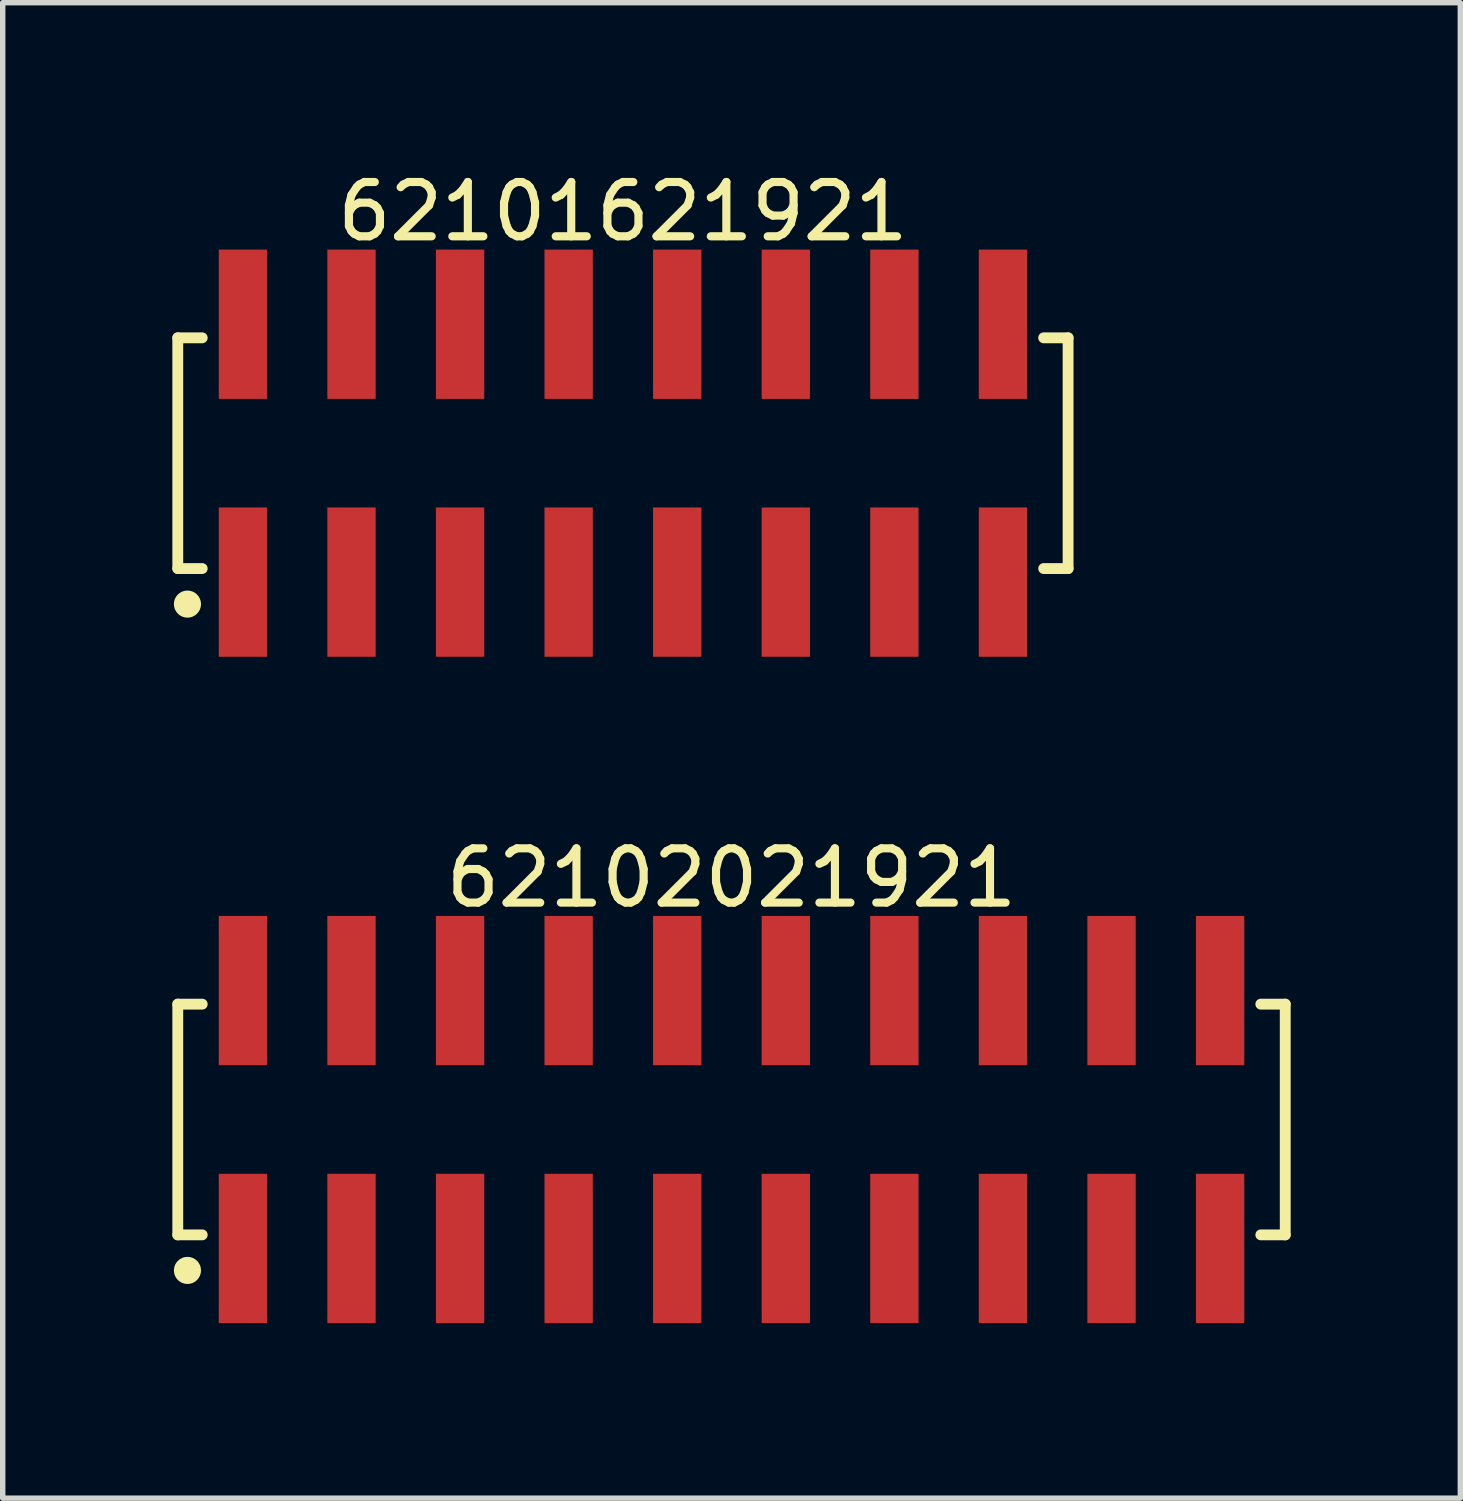
<source format=kicad_pcb>
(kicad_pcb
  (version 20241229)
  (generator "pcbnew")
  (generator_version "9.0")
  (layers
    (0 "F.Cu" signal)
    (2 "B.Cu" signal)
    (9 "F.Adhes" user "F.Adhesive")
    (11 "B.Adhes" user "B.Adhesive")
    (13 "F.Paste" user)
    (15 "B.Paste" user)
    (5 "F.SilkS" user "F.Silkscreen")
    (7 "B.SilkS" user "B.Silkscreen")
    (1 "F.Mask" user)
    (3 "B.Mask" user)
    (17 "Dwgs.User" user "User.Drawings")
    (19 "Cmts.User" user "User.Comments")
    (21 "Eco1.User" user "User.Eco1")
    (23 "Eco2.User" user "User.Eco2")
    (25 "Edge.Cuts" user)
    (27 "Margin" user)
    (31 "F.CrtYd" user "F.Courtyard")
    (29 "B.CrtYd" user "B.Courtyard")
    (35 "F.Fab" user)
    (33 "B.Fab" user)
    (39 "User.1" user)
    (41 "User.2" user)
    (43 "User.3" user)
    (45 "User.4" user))
  (footprint "62101621921"
    (layer "F.Cu")
    (at 8.425 5.298)
    (property "Reference" "62101621921" (at 0 -4.45 0) (layer "F.SilkS") (effects (font (size 1 1) (thickness 0.15))))
    (fp_line (start -8.2 -2.125) (end -7.75 -2.125) (stroke (width 0.2) (type solid)) (layer "F.SilkS"))
    (fp_line (start -8.2 2.125) (end -8.2 -2.125) (stroke (width 0.2) (type solid)) (layer "F.SilkS"))
    (fp_line (start -8.2 2.125) (end -7.75 2.125) (stroke (width 0.2) (type solid)) (layer "F.SilkS"))
    (fp_line (start 7.75 -2.125) (end 8.2 -2.125) (stroke (width 0.2) (type solid)) (layer "F.SilkS"))
    (fp_line (start 7.75 2.125) (end 8.2 2.125) (stroke (width 0.2) (type solid)) (layer "F.SilkS"))
    (fp_line (start 8.2 2.125) (end 8.2 -2.125) (stroke (width 0.2) (type solid)) (layer "F.SilkS"))
    (fp_circle (center -8.022 2.78) (end -8.022 2.655) (stroke (width 0.25) (type solid)) (fill no) (layer "F.SilkS"))
    (fp_line (start -8.4 -3.95) (end 8.4 -3.95) (stroke (width 0.05) (type solid)) (layer "Eco2.User"))
    (fp_line (start -8.4 3.95) (end -8.4 -3.95) (stroke (width 0.05) (type solid)) (layer "Eco2.User"))
    (fp_line (start -8.4 3.95) (end 8.4 3.95) (stroke (width 0.05) (type solid)) (layer "Eco2.User"))
    (fp_line (start -8 -2) (end 8 -2) (stroke (width 0.1) (type solid)) (layer "Eco2.User"))
    (fp_line (start -8 2) (end -8 -2) (stroke (width 0.1) (type solid)) (layer "Eco2.User"))
    (fp_line (start -8 2) (end 8 2) (stroke (width 0.1) (type solid)) (layer "Eco2.User"))
    (fp_line (start -7.25 -3.1) (end -6.75 -3.1) (stroke (width 0.1) (type solid)) (layer "Eco2.User"))
    (fp_line (start -7.25 -2) (end -7.25 -3.1) (stroke (width 0.1) (type solid)) (layer "Eco2.User"))
    (fp_line (start -7.25 3.1) (end -7.25 2) (stroke (width 0.1) (type solid)) (layer "Eco2.User"))
    (fp_line (start -7.25 3.1) (end -6.75 3.1) (stroke (width 0.1) (type solid)) (layer "Eco2.User"))
    (fp_line (start -6.75 -2) (end -6.75 -3.1) (stroke (width 0.1) (type solid)) (layer "Eco2.User"))
    (fp_line (start -6.75 3.1) (end -6.75 2) (stroke (width 0.1) (type solid)) (layer "Eco2.User"))
    (fp_line (start -5.25 -3.1) (end -4.75 -3.1) (stroke (width 0.1) (type solid)) (layer "Eco2.User"))
    (fp_line (start -5.25 -2) (end -5.25 -3.1) (stroke (width 0.1) (type solid)) (layer "Eco2.User"))
    (fp_line (start -5.25 3.1) (end -5.25 2) (stroke (width 0.1) (type solid)) (layer "Eco2.User"))
    (fp_line (start -5.25 3.1) (end -4.75 3.1) (stroke (width 0.1) (type solid)) (layer "Eco2.User"))
    (fp_line (start -4.75 -2) (end -4.75 -3.1) (stroke (width 0.1) (type solid)) (layer "Eco2.User"))
    (fp_line (start -4.75 3.1) (end -4.75 2) (stroke (width 0.1) (type solid)) (layer "Eco2.User"))
    (fp_line (start -3.25 -3.1) (end -2.75 -3.1) (stroke (width 0.1) (type solid)) (layer "Eco2.User"))
    (fp_line (start -3.25 -2) (end -3.25 -3.1) (stroke (width 0.1) (type solid)) (layer "Eco2.User"))
    (fp_line (start -3.25 3.1) (end -3.25 2) (stroke (width 0.1) (type solid)) (layer "Eco2.User"))
    (fp_line (start -3.25 3.1) (end -2.75 3.1) (stroke (width 0.1) (type solid)) (layer "Eco2.User"))
    (fp_line (start -2.75 -2) (end -2.75 -3.1) (stroke (width 0.1) (type solid)) (layer "Eco2.User"))
    (fp_line (start -2.75 3.1) (end -2.75 2) (stroke (width 0.1) (type solid)) (layer "Eco2.User"))
    (fp_line (start -1.25 -3.1) (end -0.75 -3.1) (stroke (width 0.1) (type solid)) (layer "Eco2.User"))
    (fp_line (start -1.25 -2) (end -1.25 -3.1) (stroke (width 0.1) (type solid)) (layer "Eco2.User"))
    (fp_line (start -1.25 3.1) (end -1.25 2) (stroke (width 0.1) (type solid)) (layer "Eco2.User"))
    (fp_line (start -1.25 3.1) (end -0.75 3.1) (stroke (width 0.1) (type solid)) (layer "Eco2.User"))
    (fp_line (start -0.75 -2) (end -0.75 -3.1) (stroke (width 0.1) (type solid)) (layer "Eco2.User"))
    (fp_line (start -0.75 3.1) (end -0.75 2) (stroke (width 0.1) (type solid)) (layer "Eco2.User"))
    (fp_line (start -0.5 0) (end 0.5 0) (stroke (width 0.05) (type solid)) (layer "Eco2.User"))
    (fp_line (start 0 0.5) (end 0 -0.5) (stroke (width 0.05) (type solid)) (layer "Eco2.User"))
    (fp_line (start 0.75 -3.1) (end 1.25 -3.1) (stroke (width 0.1) (type solid)) (layer "Eco2.User"))
    (fp_line (start 0.75 -2) (end 0.75 -3.1) (stroke (width 0.1) (type solid)) (layer "Eco2.User"))
    (fp_line (start 0.75 3.1) (end 0.75 2) (stroke (width 0.1) (type solid)) (layer "Eco2.User"))
    (fp_line (start 0.75 3.1) (end 1.25 3.1) (stroke (width 0.1) (type solid)) (layer "Eco2.User"))
    (fp_line (start 1.25 -2) (end 1.25 -3.1) (stroke (width 0.1) (type solid)) (layer "Eco2.User"))
    (fp_line (start 1.25 3.1) (end 1.25 2) (stroke (width 0.1) (type solid)) (layer "Eco2.User"))
    (fp_line (start 2.75 -3.1) (end 3.25 -3.1) (stroke (width 0.1) (type solid)) (layer "Eco2.User"))
    (fp_line (start 2.75 -2) (end 2.75 -3.1) (stroke (width 0.1) (type solid)) (layer "Eco2.User"))
    (fp_line (start 2.75 3.1) (end 2.75 2) (stroke (width 0.1) (type solid)) (layer "Eco2.User"))
    (fp_line (start 2.75 3.1) (end 3.25 3.1) (stroke (width 0.1) (type solid)) (layer "Eco2.User"))
    (fp_line (start 3.25 -2) (end 3.25 -3.1) (stroke (width 0.1) (type solid)) (layer "Eco2.User"))
    (fp_line (start 3.25 3.1) (end 3.25 2) (stroke (width 0.1) (type solid)) (layer "Eco2.User"))
    (fp_line (start 4.75 -3.1) (end 5.25 -3.1) (stroke (width 0.1) (type solid)) (layer "Eco2.User"))
    (fp_line (start 4.75 -2) (end 4.75 -3.1) (stroke (width 0.1) (type solid)) (layer "Eco2.User"))
    (fp_line (start 4.75 3.1) (end 4.75 2) (stroke (width 0.1) (type solid)) (layer "Eco2.User"))
    (fp_line (start 4.75 3.1) (end 5.25 3.1) (stroke (width 0.1) (type solid)) (layer "Eco2.User"))
    (fp_line (start 5.25 -2) (end 5.25 -3.1) (stroke (width 0.1) (type solid)) (layer "Eco2.User"))
    (fp_line (start 5.25 3.1) (end 5.25 2) (stroke (width 0.1) (type solid)) (layer "Eco2.User"))
    (fp_line (start 6.75 -3.1) (end 7.25 -3.1) (stroke (width 0.1) (type solid)) (layer "Eco2.User"))
    (fp_line (start 6.75 -2) (end 6.75 -3.1) (stroke (width 0.1) (type solid)) (layer "Eco2.User"))
    (fp_line (start 6.75 3.1) (end 6.75 2) (stroke (width 0.1) (type solid)) (layer "Eco2.User"))
    (fp_line (start 6.75 3.1) (end 7.25 3.1) (stroke (width 0.1) (type solid)) (layer "Eco2.User"))
    (fp_line (start 7.25 -2) (end 7.25 -3.1) (stroke (width 0.1) (type solid)) (layer "Eco2.User"))
    (fp_line (start 7.25 3.1) (end 7.25 2) (stroke (width 0.1) (type solid)) (layer "Eco2.User"))
    (fp_line (start 8 2) (end 8 -2) (stroke (width 0.1) (type solid)) (layer "Eco2.User"))
    (fp_line (start 8.4 3.95) (end 8.4 -3.95) (stroke (width 0.05) (type solid)) (layer "Eco2.User"))
    (fp_text user "${REFERENCE}" (at 0.15 -0.197 0) (unlocked yes) (layer "User.3") (effects (font (size 1.5 1.5) (thickness 0.15))))
    (pad "1" smd rect (at -7 2.375) (size 0.89 2.75) (layers "F.Cu" "F.Mask" "F.Paste"))
    (pad "2" smd rect (at -7 -2.375) (size 0.89 2.75) (layers "F.Cu" "F.Mask" "F.Paste"))
    (pad "3" smd rect (at -5 2.375) (size 0.89 2.75) (layers "F.Cu" "F.Mask" "F.Paste"))
    (pad "4" smd rect (at -5 -2.375) (size 0.89 2.75) (layers "F.Cu" "F.Mask" "F.Paste"))
    (pad "5" smd rect (at -3 2.375) (size 0.89 2.75) (layers "F.Cu" "F.Mask" "F.Paste"))
    (pad "6" smd rect (at -3 -2.375) (size 0.89 2.75) (layers "F.Cu" "F.Mask" "F.Paste"))
    (pad "7" smd rect (at -1 2.375) (size 0.89 2.75) (layers "F.Cu" "F.Mask" "F.Paste"))
    (pad "8" smd rect (at -1 -2.375) (size 0.89 2.75) (layers "F.Cu" "F.Mask" "F.Paste"))
    (pad "9" smd rect (at 1 2.375) (size 0.89 2.75) (layers "F.Cu" "F.Mask" "F.Paste"))
    (pad "10" smd rect (at 1 -2.375) (size 0.89 2.75) (layers "F.Cu" "F.Mask" "F.Paste"))
    (pad "11" smd rect (at 3 2.375) (size 0.89 2.75) (layers "F.Cu" "F.Mask" "F.Paste"))
    (pad "12" smd rect (at 3 -2.375) (size 0.89 2.75) (layers "F.Cu" "F.Mask" "F.Paste"))
    (pad "13" smd rect (at 5 2.375) (size 0.89 2.75) (layers "F.Cu" "F.Mask" "F.Paste"))
    (pad "14" smd rect (at 5 -2.375) (size 0.89 2.75) (layers "F.Cu" "F.Mask" "F.Paste"))
    (pad "15" smd rect (at 7 2.375) (size 0.89 2.75) (layers "F.Cu" "F.Mask" "F.Paste"))
    (pad "16" smd rect (at 7 -2.375) (size 0.89 2.75) (layers "F.Cu" "F.Mask" "F.Paste")))
  (footprint "62102021921"
    (layer "F.Cu")
    (at 10.425 17.572)
    (property "Reference" "62102021921" (at 0 -4.45 0) (layer "F.SilkS") (effects (font (size 1 1) (thickness 0.15))))
    (fp_line (start -10.2 -2.125) (end -9.75 -2.125) (stroke (width 0.2) (type solid)) (layer "F.SilkS"))
    (fp_line (start -10.2 2.125) (end -10.2 -2.125) (stroke (width 0.2) (type solid)) (layer "F.SilkS"))
    (fp_line (start -10.2 2.125) (end -9.75 2.125) (stroke (width 0.2) (type solid)) (layer "F.SilkS"))
    (fp_line (start 9.75 -2.125) (end 10.2 -2.125) (stroke (width 0.2) (type solid)) (layer "F.SilkS"))
    (fp_line (start 9.75 2.125) (end 10.2 2.125) (stroke (width 0.2) (type solid)) (layer "F.SilkS"))
    (fp_line (start 10.2 2.125) (end 10.2 -2.125) (stroke (width 0.2) (type solid)) (layer "F.SilkS"))
    (fp_circle (center -10.022 2.78) (end -10.022 2.655) (stroke (width 0.25) (type solid)) (fill no) (layer "F.SilkS"))
    (fp_line (start -10.4 -3.95) (end 10.4 -3.95) (stroke (width 0.05) (type solid)) (layer "Eco2.User"))
    (fp_line (start -10.4 3.95) (end -10.4 -3.95) (stroke (width 0.05) (type solid)) (layer "Eco2.User"))
    (fp_line (start -10.4 3.95) (end 10.4 3.95) (stroke (width 0.05) (type solid)) (layer "Eco2.User"))
    (fp_line (start -10 -2) (end 10 -2) (stroke (width 0.1) (type solid)) (layer "Eco2.User"))
    (fp_line (start -10 2) (end -10 -2) (stroke (width 0.1) (type solid)) (layer "Eco2.User"))
    (fp_line (start -10 2) (end 10 2) (stroke (width 0.1) (type solid)) (layer "Eco2.User"))
    (fp_line (start -9.25 -3.1) (end -8.75 -3.1) (stroke (width 0.1) (type solid)) (layer "Eco2.User"))
    (fp_line (start -9.25 -2) (end -9.25 -3.1) (stroke (width 0.1) (type solid)) (layer "Eco2.User"))
    (fp_line (start -9.25 3.1) (end -9.25 2) (stroke (width 0.1) (type solid)) (layer "Eco2.User"))
    (fp_line (start -9.25 3.1) (end -8.75 3.1) (stroke (width 0.1) (type solid)) (layer "Eco2.User"))
    (fp_line (start -8.75 -2) (end -8.75 -3.1) (stroke (width 0.1) (type solid)) (layer "Eco2.User"))
    (fp_line (start -8.75 3.1) (end -8.75 2) (stroke (width 0.1) (type solid)) (layer "Eco2.User"))
    (fp_line (start -7.25 -3.1) (end -6.75 -3.1) (stroke (width 0.1) (type solid)) (layer "Eco2.User"))
    (fp_line (start -7.25 -2) (end -7.25 -3.1) (stroke (width 0.1) (type solid)) (layer "Eco2.User"))
    (fp_line (start -7.25 3.1) (end -7.25 2) (stroke (width 0.1) (type solid)) (layer "Eco2.User"))
    (fp_line (start -7.25 3.1) (end -6.75 3.1) (stroke (width 0.1) (type solid)) (layer "Eco2.User"))
    (fp_line (start -6.75 -2) (end -6.75 -3.1) (stroke (width 0.1) (type solid)) (layer "Eco2.User"))
    (fp_line (start -6.75 3.1) (end -6.75 2) (stroke (width 0.1) (type solid)) (layer "Eco2.User"))
    (fp_line (start -5.25 -3.1) (end -4.75 -3.1) (stroke (width 0.1) (type solid)) (layer "Eco2.User"))
    (fp_line (start -5.25 -2) (end -5.25 -3.1) (stroke (width 0.1) (type solid)) (layer "Eco2.User"))
    (fp_line (start -5.25 3.1) (end -5.25 2) (stroke (width 0.1) (type solid)) (layer "Eco2.User"))
    (fp_line (start -5.25 3.1) (end -4.75 3.1) (stroke (width 0.1) (type solid)) (layer "Eco2.User"))
    (fp_line (start -4.75 -2) (end -4.75 -3.1) (stroke (width 0.1) (type solid)) (layer "Eco2.User"))
    (fp_line (start -4.75 3.1) (end -4.75 2) (stroke (width 0.1) (type solid)) (layer "Eco2.User"))
    (fp_line (start -3.25 -3.1) (end -2.75 -3.1) (stroke (width 0.1) (type solid)) (layer "Eco2.User"))
    (fp_line (start -3.25 -2) (end -3.25 -3.1) (stroke (width 0.1) (type solid)) (layer "Eco2.User"))
    (fp_line (start -3.25 3.1) (end -3.25 2) (stroke (width 0.1) (type solid)) (layer "Eco2.User"))
    (fp_line (start -3.25 3.1) (end -2.75 3.1) (stroke (width 0.1) (type solid)) (layer "Eco2.User"))
    (fp_line (start -2.75 -2) (end -2.75 -3.1) (stroke (width 0.1) (type solid)) (layer "Eco2.User"))
    (fp_line (start -2.75 3.1) (end -2.75 2) (stroke (width 0.1) (type solid)) (layer "Eco2.User"))
    (fp_line (start -1.25 -3.1) (end -0.75 -3.1) (stroke (width 0.1) (type solid)) (layer "Eco2.User"))
    (fp_line (start -1.25 -2) (end -1.25 -3.1) (stroke (width 0.1) (type solid)) (layer "Eco2.User"))
    (fp_line (start -1.25 3.1) (end -1.25 2) (stroke (width 0.1) (type solid)) (layer "Eco2.User"))
    (fp_line (start -1.25 3.1) (end -0.75 3.1) (stroke (width 0.1) (type solid)) (layer "Eco2.User"))
    (fp_line (start -0.75 -2) (end -0.75 -3.1) (stroke (width 0.1) (type solid)) (layer "Eco2.User"))
    (fp_line (start -0.75 3.1) (end -0.75 2) (stroke (width 0.1) (type solid)) (layer "Eco2.User"))
    (fp_line (start -0.5 0) (end 0.5 0) (stroke (width 0.05) (type solid)) (layer "Eco2.User"))
    (fp_line (start 0 0.5) (end 0 -0.5) (stroke (width 0.05) (type solid)) (layer "Eco2.User"))
    (fp_line (start 0.75 -3.1) (end 1.25 -3.1) (stroke (width 0.1) (type solid)) (layer "Eco2.User"))
    (fp_line (start 0.75 -2) (end 0.75 -3.1) (stroke (width 0.1) (type solid)) (layer "Eco2.User"))
    (fp_line (start 0.75 3.1) (end 0.75 2) (stroke (width 0.1) (type solid)) (layer "Eco2.User"))
    (fp_line (start 0.75 3.1) (end 1.25 3.1) (stroke (width 0.1) (type solid)) (layer "Eco2.User"))
    (fp_line (start 1.25 -2) (end 1.25 -3.1) (stroke (width 0.1) (type solid)) (layer "Eco2.User"))
    (fp_line (start 1.25 3.1) (end 1.25 2) (stroke (width 0.1) (type solid)) (layer "Eco2.User"))
    (fp_line (start 2.75 -3.1) (end 3.25 -3.1) (stroke (width 0.1) (type solid)) (layer "Eco2.User"))
    (fp_line (start 2.75 -2) (end 2.75 -3.1) (stroke (width 0.1) (type solid)) (layer "Eco2.User"))
    (fp_line (start 2.75 3.1) (end 2.75 2) (stroke (width 0.1) (type solid)) (layer "Eco2.User"))
    (fp_line (start 2.75 3.1) (end 3.25 3.1) (stroke (width 0.1) (type solid)) (layer "Eco2.User"))
    (fp_line (start 3.25 -2) (end 3.25 -3.1) (stroke (width 0.1) (type solid)) (layer "Eco2.User"))
    (fp_line (start 3.25 3.1) (end 3.25 2) (stroke (width 0.1) (type solid)) (layer "Eco2.User"))
    (fp_line (start 4.75 -3.1) (end 5.25 -3.1) (stroke (width 0.1) (type solid)) (layer "Eco2.User"))
    (fp_line (start 4.75 -2) (end 4.75 -3.1) (stroke (width 0.1) (type solid)) (layer "Eco2.User"))
    (fp_line (start 4.75 3.1) (end 4.75 2) (stroke (width 0.1) (type solid)) (layer "Eco2.User"))
    (fp_line (start 4.75 3.1) (end 5.25 3.1) (stroke (width 0.1) (type solid)) (layer "Eco2.User"))
    (fp_line (start 5.25 -2) (end 5.25 -3.1) (stroke (width 0.1) (type solid)) (layer "Eco2.User"))
    (fp_line (start 5.25 3.1) (end 5.25 2) (stroke (width 0.1) (type solid)) (layer "Eco2.User"))
    (fp_line (start 6.75 -3.1) (end 7.25 -3.1) (stroke (width 0.1) (type solid)) (layer "Eco2.User"))
    (fp_line (start 6.75 -2) (end 6.75 -3.1) (stroke (width 0.1) (type solid)) (layer "Eco2.User"))
    (fp_line (start 6.75 3.1) (end 6.75 2) (stroke (width 0.1) (type solid)) (layer "Eco2.User"))
    (fp_line (start 6.75 3.1) (end 7.25 3.1) (stroke (width 0.1) (type solid)) (layer "Eco2.User"))
    (fp_line (start 7.25 -2) (end 7.25 -3.1) (stroke (width 0.1) (type solid)) (layer "Eco2.User"))
    (fp_line (start 7.25 3.1) (end 7.25 2) (stroke (width 0.1) (type solid)) (layer "Eco2.User"))
    (fp_line (start 8.75 -3.1) (end 9.25 -3.1) (stroke (width 0.1) (type solid)) (layer "Eco2.User"))
    (fp_line (start 8.75 -2) (end 8.75 -3.1) (stroke (width 0.1) (type solid)) (layer "Eco2.User"))
    (fp_line (start 8.75 3.1) (end 8.75 2) (stroke (width 0.1) (type solid)) (layer "Eco2.User"))
    (fp_line (start 8.75 3.1) (end 9.25 3.1) (stroke (width 0.1) (type solid)) (layer "Eco2.User"))
    (fp_line (start 9.25 -2) (end 9.25 -3.1) (stroke (width 0.1) (type solid)) (layer "Eco2.User"))
    (fp_line (start 9.25 3.1) (end 9.25 2) (stroke (width 0.1) (type solid)) (layer "Eco2.User"))
    (fp_line (start 10 2) (end 10 -2) (stroke (width 0.1) (type solid)) (layer "Eco2.User"))
    (fp_line (start 10.4 3.95) (end 10.4 -3.95) (stroke (width 0.05) (type solid)) (layer "Eco2.User"))
    (fp_text user "${REFERENCE}" (at 0.15 -0.197 0) (unlocked yes) (layer "User.3") (effects (font (size 1.5 1.5) (thickness 0.15))))
    (pad "1" smd rect (at -9 2.375) (size 0.89 2.75) (layers "F.Cu" "F.Mask" "F.Paste"))
    (pad "2" smd rect (at -9 -2.375) (size 0.89 2.75) (layers "F.Cu" "F.Mask" "F.Paste"))
    (pad "3" smd rect (at -7 2.375) (size 0.89 2.75) (layers "F.Cu" "F.Mask" "F.Paste"))
    (pad "4" smd rect (at -7 -2.375) (size 0.89 2.75) (layers "F.Cu" "F.Mask" "F.Paste"))
    (pad "5" smd rect (at -5 2.375) (size 0.89 2.75) (layers "F.Cu" "F.Mask" "F.Paste"))
    (pad "6" smd rect (at -5 -2.375) (size 0.89 2.75) (layers "F.Cu" "F.Mask" "F.Paste"))
    (pad "7" smd rect (at -3 2.375) (size 0.89 2.75) (layers "F.Cu" "F.Mask" "F.Paste"))
    (pad "8" smd rect (at -3 -2.375) (size 0.89 2.75) (layers "F.Cu" "F.Mask" "F.Paste"))
    (pad "9" smd rect (at -1 2.375) (size 0.89 2.75) (layers "F.Cu" "F.Mask" "F.Paste"))
    (pad "10" smd rect (at -1 -2.375) (size 0.89 2.75) (layers "F.Cu" "F.Mask" "F.Paste"))
    (pad "11" smd rect (at 1 2.375) (size 0.89 2.75) (layers "F.Cu" "F.Mask" "F.Paste"))
    (pad "12" smd rect (at 1 -2.375) (size 0.89 2.75) (layers "F.Cu" "F.Mask" "F.Paste"))
    (pad "13" smd rect (at 3 2.375) (size 0.89 2.75) (layers "F.Cu" "F.Mask" "F.Paste"))
    (pad "14" smd rect (at 3 -2.375) (size 0.89 2.75) (layers "F.Cu" "F.Mask" "F.Paste"))
    (pad "15" smd rect (at 5 2.375) (size 0.89 2.75) (layers "F.Cu" "F.Mask" "F.Paste"))
    (pad "16" smd rect (at 5 -2.375) (size 0.89 2.75) (layers "F.Cu" "F.Mask" "F.Paste"))
    (pad "17" smd rect (at 7 2.375) (size 0.89 2.75) (layers "F.Cu" "F.Mask" "F.Paste"))
    (pad "18" smd rect (at 7 -2.375) (size 0.89 2.75) (layers "F.Cu" "F.Mask" "F.Paste"))
    (pad "19" smd rect (at 9 2.375) (size 0.89 2.75) (layers "F.Cu" "F.Mask" "F.Paste"))
    (pad "20" smd rect (at 9 -2.375) (size 0.89 2.75) (layers "F.Cu" "F.Mask" "F.Paste")))
  (gr_rect
    (start -3 -3)
    (end 23.85 24.547)
    (stroke (width 0.1) (type default))
    (fill no)
    (layer "Edge.Cuts")))
</source>
